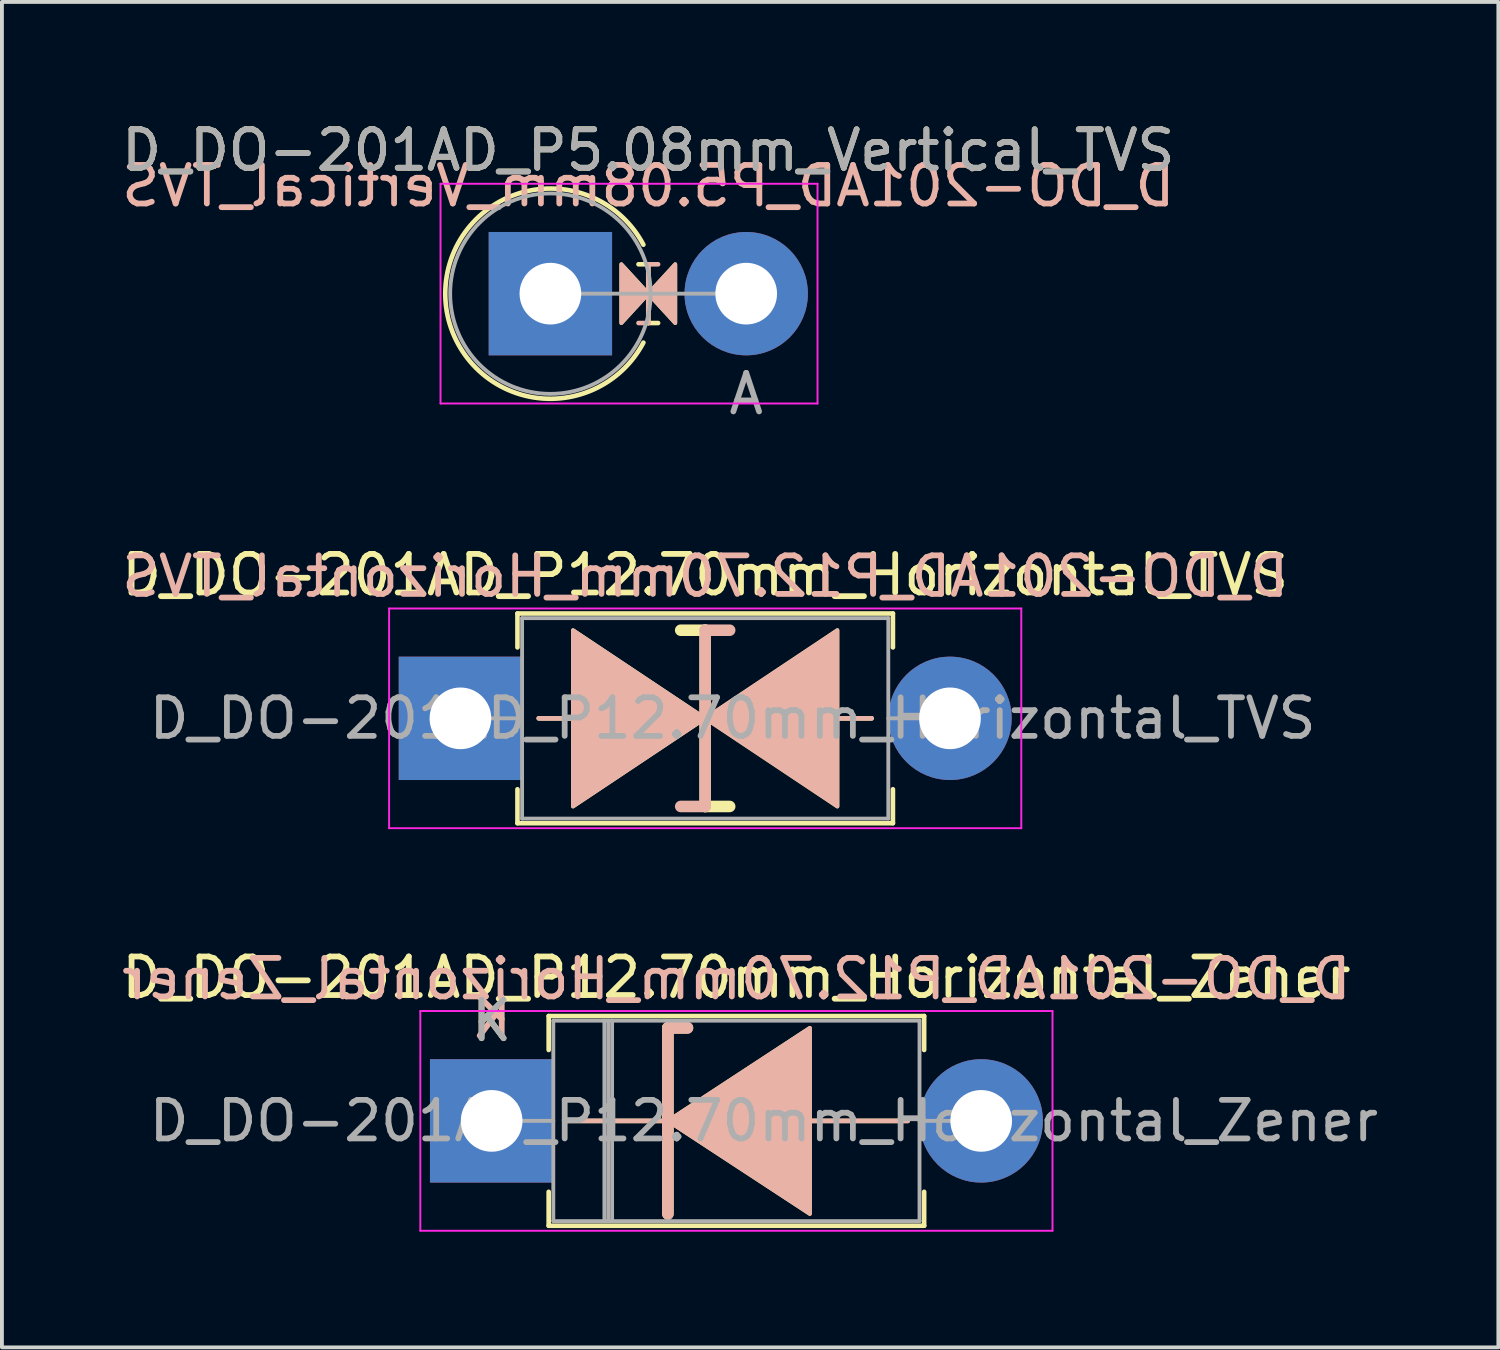
<source format=kicad_pcb>
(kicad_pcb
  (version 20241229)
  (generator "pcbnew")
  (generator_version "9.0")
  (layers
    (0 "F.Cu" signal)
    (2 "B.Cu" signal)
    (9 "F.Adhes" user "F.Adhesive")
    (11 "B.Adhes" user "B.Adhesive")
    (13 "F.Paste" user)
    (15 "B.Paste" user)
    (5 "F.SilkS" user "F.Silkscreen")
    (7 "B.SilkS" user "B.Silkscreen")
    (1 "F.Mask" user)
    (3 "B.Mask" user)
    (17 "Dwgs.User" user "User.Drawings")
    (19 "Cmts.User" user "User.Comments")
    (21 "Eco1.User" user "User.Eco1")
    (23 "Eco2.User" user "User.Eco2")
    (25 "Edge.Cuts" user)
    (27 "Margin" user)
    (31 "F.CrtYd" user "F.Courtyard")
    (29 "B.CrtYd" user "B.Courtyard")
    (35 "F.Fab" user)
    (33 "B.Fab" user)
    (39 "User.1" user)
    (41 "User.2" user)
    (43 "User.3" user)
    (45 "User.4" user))
  (footprint "D_DO-201AD_P5.08mm_Vertical_TVS"
    (layer "F.Cu")
    (at 11.228 4.568)
    (property "Reference" "D_DO-201AD_P5.08mm_Vertical_TVS" (at 2.54 -3.72 0) (layer "F.SilkS") (effects (font (size 1 1) (thickness 0.15))))
    (fp_line (start 2.54 -0.762) (end 2.286 -0.762) (stroke (width 0.12) (type solid)) (layer "F.SilkS"))
    (fp_line (start 2.54 -0.762) (end 2.54 0.762) (stroke (width 0.12) (type solid)) (layer "F.SilkS"))
    (fp_line (start 2.54 0.762) (end 2.794 0.762) (stroke (width 0.12) (type solid)) (layer "F.SilkS"))
    (fp_arc (start 2.412999 1.27) (mid -2.726805 0) (end 2.412999 -1.269999) (stroke (width 0.12) (type solid)) (layer "F.SilkS"))
    (fp_poly (pts (xy 1.841 -0.762) (xy 2.54 0) (xy 1.841 0.762)) (stroke (width 0.1) (type solid)) (fill yes) (layer "F.SilkS"))
    (fp_poly (pts (xy 3.239 0.762) (xy 2.54 0) (xy 3.239 -0.762)) (stroke (width 0.1) (type solid)) (fill yes) (layer "F.SilkS"))
    (fp_line (start 2.54 -0.762) (end 2.794 -0.762) (stroke (width 0.12) (type solid)) (layer "B.SilkS"))
    (fp_line (start 2.54 0.762) (end 2.286 0.762) (stroke (width 0.12) (type solid)) (layer "B.SilkS"))
    (fp_line (start 2.54 0.762) (end 2.54 -0.762) (stroke (width 0.12) (type solid)) (layer "B.SilkS"))
    (fp_poly (pts (xy 1.841 0.762) (xy 2.54 0) (xy 1.841 -0.762)) (stroke (width 0.1) (type solid)) (fill yes) (layer "B.SilkS"))
    (fp_poly (pts (xy 3.239 -0.762) (xy 2.54 0) (xy 3.239 0.762)) (stroke (width 0.1) (type solid)) (fill yes) (layer "B.SilkS"))
    (fp_line (start -2.85 -2.85) (end -2.85 2.85) (stroke (width 0.05) (type solid)) (layer "F.CrtYd"))
    (fp_line (start -2.85 2.85) (end 6.93 2.85) (stroke (width 0.05) (type solid)) (layer "F.CrtYd"))
    (fp_line (start 6.93 -2.85) (end -2.85 -2.85) (stroke (width 0.05) (type solid)) (layer "F.CrtYd"))
    (fp_line (start 6.93 2.85) (end 6.93 -2.85) (stroke (width 0.05) (type solid)) (layer "F.CrtYd"))
    (fp_line (start 0 0) (end 5.08 0) (stroke (width 0.1) (type solid)) (layer "F.Fab"))
    (fp_circle (center 0 0) (end 2.6 0) (stroke (width 0.1) (type solid)) (fill no) (layer "F.Fab"))
    (fp_text user "${REFERENCE}" (at 2.54 -2.794 0) (layer "B.SilkS") (effects (font (size 1 1) (thickness 0.15)) (justify mirror)))
    (fp_text user "${REFERENCE}" (at 2.54 -3.72 0) (layer "F.Fab") (effects (font (size 1 1) (thickness 0.15))))
    (fp_text user "A" (at 5.08 2.6 0) (layer "F.Fab") (effects (font (size 1 1) (thickness 0.15))))
    (pad "1" thru_hole rect (at 0 0) (size 3.2 3.2) (drill 1.6) (layers "*.Cu" "*.Mask"))
    (pad "2" thru_hole oval (at 5.08 0) (size 3.2 3.2) (drill 1.6) (layers "*.Cu" "*.Mask")))
  (footprint "D_DO-201AD_P12.70mm_Horizontal_Zener"
    (layer "F.Cu")
    (at 9.704 26.028)
    (property "Reference" "D_DO-201AD_P12.70mm_Horizontal_Zener" (at 6.35 -3.72 0) (layer "F.SilkS") (effects (font (size 1 1) (thickness 0.15))))
    (fp_line (start 1.48 -2.72) (end 11.22 -2.72) (stroke (width 0.12) (type solid)) (layer "F.SilkS"))
    (fp_line (start 1.48 -1.84) (end 1.48 -2.72) (stroke (width 0.12) (type solid)) (layer "F.SilkS"))
    (fp_line (start 1.48 1.84) (end 1.48 2.72) (stroke (width 0.12) (type solid)) (layer "F.SilkS"))
    (fp_line (start 1.48 2.72) (end 11.22 2.72) (stroke (width 0.12) (type solid)) (layer "F.SilkS"))
    (fp_line (start 4.445 0) (end 1.905 0) (stroke (width 0.12) (type solid)) (layer "F.SilkS"))
    (fp_line (start 4.572 -2.413) (end 4.572 2.413) (stroke (width 0.3) (type solid)) (layer "F.SilkS"))
    (fp_line (start 4.572 -2.413) (end 5.08 -2.413) (stroke (width 0.3) (type solid)) (layer "F.SilkS"))
    (fp_line (start 8.255 0) (end 10.795 0) (stroke (width 0.12) (type solid)) (layer "F.SilkS"))
    (fp_line (start 11.22 -2.72) (end 11.22 -1.84) (stroke (width 0.12) (type solid)) (layer "F.SilkS"))
    (fp_line (start 11.22 2.72) (end 11.22 1.84) (stroke (width 0.12) (type solid)) (layer "F.SilkS"))
    (fp_poly (pts (xy 8.255 2.413) (xy 4.572 0) (xy 8.255 -2.413)) (stroke (width 0.1) (type solid)) (fill yes) (layer "F.SilkS"))
    (fp_line (start 4.445 0) (end 1.905 0) (stroke (width 0.12) (type solid)) (layer "B.SilkS"))
    (fp_line (start 4.572 -2.413) (end 5.08 -2.413) (stroke (width 0.3) (type solid)) (layer "B.SilkS"))
    (fp_line (start 4.572 2.413) (end 4.572 -2.413) (stroke (width 0.3) (type solid)) (layer "B.SilkS"))
    (fp_line (start 8.255 0) (end 10.795 0) (stroke (width 0.12) (type solid)) (layer "B.SilkS"))
    (fp_poly (pts (xy 8.255 -2.413) (xy 4.572 0) (xy 8.255 2.413)) (stroke (width 0.1) (type solid)) (fill yes) (layer "B.SilkS"))
    (fp_line (start -1.85 -2.85) (end -1.85 2.85) (stroke (width 0.05) (type solid)) (layer "F.CrtYd"))
    (fp_line (start -1.85 2.85) (end 14.55 2.85) (stroke (width 0.05) (type solid)) (layer "F.CrtYd"))
    (fp_line (start 14.55 -2.85) (end -1.85 -2.85) (stroke (width 0.05) (type solid)) (layer "F.CrtYd"))
    (fp_line (start 14.55 2.85) (end 14.55 -2.85) (stroke (width 0.05) (type solid)) (layer "F.CrtYd"))
    (fp_line (start 0 0) (end 1.6 0) (stroke (width 0.1) (type solid)) (layer "F.Fab"))
    (fp_line (start 1.6 -2.6) (end 1.6 2.6) (stroke (width 0.1) (type solid)) (layer "F.Fab"))
    (fp_line (start 1.6 2.6) (end 11.1 2.6) (stroke (width 0.1) (type solid)) (layer "F.Fab"))
    (fp_line (start 2.925 -2.6) (end 2.925 2.6) (stroke (width 0.1) (type solid)) (layer "F.Fab"))
    (fp_line (start 3.025 -2.6) (end 3.025 2.6) (stroke (width 0.1) (type solid)) (layer "F.Fab"))
    (fp_line (start 3.125 -2.6) (end 3.125 2.6) (stroke (width 0.1) (type solid)) (layer "F.Fab"))
    (fp_line (start 11.1 -2.6) (end 1.6 -2.6) (stroke (width 0.1) (type solid)) (layer "F.Fab"))
    (fp_line (start 11.1 2.6) (end 11.1 -2.6) (stroke (width 0.1) (type solid)) (layer "F.Fab"))
    (fp_line (start 12.7 0) (end 11.1 0) (stroke (width 0.1) (type solid)) (layer "F.Fab"))
    (fp_text user "K" (at 0 -2.6 0) (layer "F.SilkS") (effects (font (size 1 1) (thickness 0.15))))
    (fp_text user "${REFERENCE}" (at 6.35 -3.683 0) (layer "B.SilkS") (effects (font (size 1 1) (thickness 0.15)) (justify mirror)))
    (fp_text user "K" (at 0 -2.667 0) (layer "B.SilkS") (effects (font (size 1 1) (thickness 0.15)) (justify mirror)))
    (fp_text user "K" (at 0 -2.6 0) (layer "F.Fab") (effects (font (size 1 1) (thickness 0.15))))
    (fp_text user "${REFERENCE}" (at 7.062 0 0) (layer "F.Fab") (effects (font (size 1 1) (thickness 0.15))))
    (pad "1" thru_hole rect (at 0 0) (size 3.2 3.2) (drill 1.6) (layers "*.Cu" "*.Mask"))
    (pad "2" thru_hole oval (at 12.7 0) (size 3.2 3.2) (drill 1.6) (layers "*.Cu" "*.Mask")))
  (footprint "D_DO-201AD_P12.70mm_Horizontal_TVS"
    (layer "F.Cu")
    (at 8.894 15.585)
    (property "Reference" "D_DO-201AD_P12.70mm_Horizontal_TVS" (at 6.35 -3.72 0) (layer "F.SilkS") (effects (font (size 1 1) (thickness 0.15))))
    (fp_line (start 1.48 -2.72) (end 11.22 -2.72) (stroke (width 0.12) (type solid)) (layer "F.SilkS"))
    (fp_line (start 1.48 -1.84) (end 1.48 -2.72) (stroke (width 0.12) (type solid)) (layer "F.SilkS"))
    (fp_line (start 1.48 1.84) (end 1.48 2.72) (stroke (width 0.12) (type solid)) (layer "F.SilkS"))
    (fp_line (start 1.48 2.72) (end 11.22 2.72) (stroke (width 0.12) (type solid)) (layer "F.SilkS"))
    (fp_line (start 2.032 0) (end 2.921 0) (stroke (width 0.12) (type solid)) (layer "F.SilkS"))
    (fp_line (start 6.35 -2.286) (end 5.715 -2.286) (stroke (width 0.3) (type solid)) (layer "F.SilkS"))
    (fp_line (start 6.35 2.286) (end 6.35 -2.286) (stroke (width 0.3) (type solid)) (layer "F.SilkS"))
    (fp_line (start 6.985 2.286) (end 6.35 2.286) (stroke (width 0.3) (type solid)) (layer "F.SilkS"))
    (fp_line (start 9.779 0) (end 10.668 0) (stroke (width 0.12) (type solid)) (layer "F.SilkS"))
    (fp_line (start 11.22 -2.72) (end 11.22 -1.84) (stroke (width 0.12) (type solid)) (layer "F.SilkS"))
    (fp_line (start 11.22 2.72) (end 11.22 1.84) (stroke (width 0.12) (type solid)) (layer "F.SilkS"))
    (fp_poly (pts (xy 6.35 0) (xy 2.921 2.286) (xy 2.921 -2.286)) (stroke (width 0.1) (type solid)) (fill yes) (layer "F.SilkS"))
    (fp_poly (pts (xy 6.35 0) (xy 9.779 -2.286) (xy 9.779 2.286)) (stroke (width 0.1) (type solid)) (fill yes) (layer "F.SilkS"))
    (fp_line (start 2.032 0) (end 2.921 0) (stroke (width 0.12) (type solid)) (layer "B.SilkS"))
    (fp_line (start 6.35 -2.286) (end 6.35 2.286) (stroke (width 0.3) (type solid)) (layer "B.SilkS"))
    (fp_line (start 6.35 2.286) (end 5.715 2.286) (stroke (width 0.3) (type solid)) (layer "B.SilkS"))
    (fp_line (start 6.985 -2.286) (end 6.35 -2.286) (stroke (width 0.3) (type solid)) (layer "B.SilkS"))
    (fp_line (start 9.779 0) (end 10.668 0) (stroke (width 0.12) (type solid)) (layer "B.SilkS"))
    (fp_poly (pts (xy 6.35 0) (xy 2.921 -2.286) (xy 2.921 2.286)) (stroke (width 0.1) (type solid)) (fill yes) (layer "B.SilkS"))
    (fp_poly (pts (xy 6.35 0) (xy 9.779 2.286) (xy 9.779 -2.286)) (stroke (width 0.1) (type solid)) (fill yes) (layer "B.SilkS"))
    (fp_line (start -1.85 -2.85) (end -1.85 2.85) (stroke (width 0.05) (type solid)) (layer "F.CrtYd"))
    (fp_line (start -1.85 2.85) (end 14.55 2.85) (stroke (width 0.05) (type solid)) (layer "F.CrtYd"))
    (fp_line (start 14.55 -2.85) (end -1.85 -2.85) (stroke (width 0.05) (type solid)) (layer "F.CrtYd"))
    (fp_line (start 14.55 2.85) (end 14.55 -2.85) (stroke (width 0.05) (type solid)) (layer "F.CrtYd"))
    (fp_line (start 0 0) (end 1.6 0) (stroke (width 0.1) (type solid)) (layer "F.Fab"))
    (fp_line (start 1.6 -2.6) (end 1.6 2.6) (stroke (width 0.1) (type solid)) (layer "F.Fab"))
    (fp_line (start 1.6 2.6) (end 11.1 2.6) (stroke (width 0.1) (type solid)) (layer "F.Fab"))
    (fp_line (start 11.1 -2.6) (end 1.6 -2.6) (stroke (width 0.1) (type solid)) (layer "F.Fab"))
    (fp_line (start 11.1 2.6) (end 11.1 -2.6) (stroke (width 0.1) (type solid)) (layer "F.Fab"))
    (fp_line (start 12.7 0) (end 11.1 0) (stroke (width 0.1) (type solid)) (layer "F.Fab"))
    (fp_text user "${REFERENCE}" (at 6.35 -3.683 0) (layer "B.SilkS") (effects (font (size 1 1) (thickness 0.15)) (justify mirror)))
    (fp_text user "${REFERENCE}" (at 7.062 0 0) (layer "F.Fab") (effects (font (size 1 1) (thickness 0.15))))
    (pad "1" thru_hole rect (at 0 0) (size 3.2 3.2) (drill 1.6) (layers "*.Cu" "*.Mask"))
    (pad "2" thru_hole oval (at 12.7 0) (size 3.2 3.2) (drill 1.6) (layers "*.Cu" "*.Mask")))
  (gr_rect
    (start -3 -3)
    (end 35.82 31.903)
    (stroke (width 0.1) (type default))
    (fill no)
    (layer "Edge.Cuts")))
</source>
